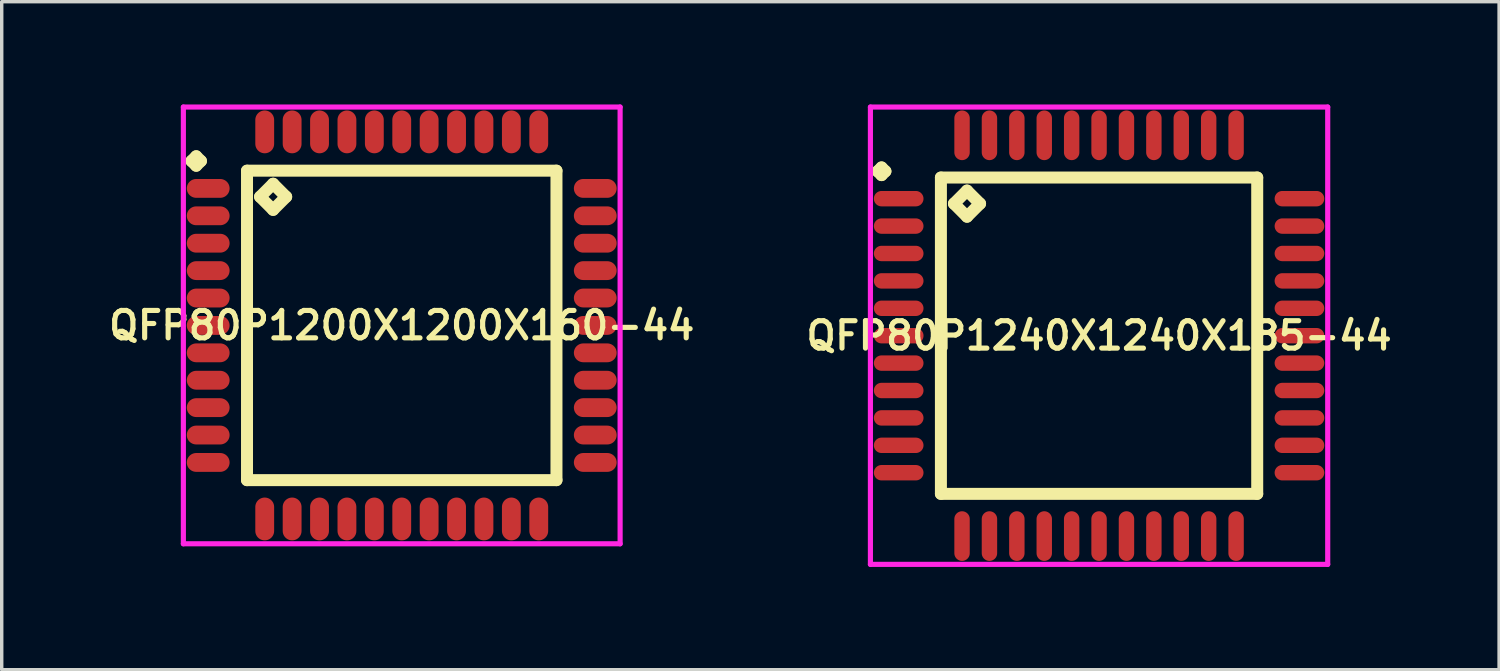
<source format=kicad_pcb>
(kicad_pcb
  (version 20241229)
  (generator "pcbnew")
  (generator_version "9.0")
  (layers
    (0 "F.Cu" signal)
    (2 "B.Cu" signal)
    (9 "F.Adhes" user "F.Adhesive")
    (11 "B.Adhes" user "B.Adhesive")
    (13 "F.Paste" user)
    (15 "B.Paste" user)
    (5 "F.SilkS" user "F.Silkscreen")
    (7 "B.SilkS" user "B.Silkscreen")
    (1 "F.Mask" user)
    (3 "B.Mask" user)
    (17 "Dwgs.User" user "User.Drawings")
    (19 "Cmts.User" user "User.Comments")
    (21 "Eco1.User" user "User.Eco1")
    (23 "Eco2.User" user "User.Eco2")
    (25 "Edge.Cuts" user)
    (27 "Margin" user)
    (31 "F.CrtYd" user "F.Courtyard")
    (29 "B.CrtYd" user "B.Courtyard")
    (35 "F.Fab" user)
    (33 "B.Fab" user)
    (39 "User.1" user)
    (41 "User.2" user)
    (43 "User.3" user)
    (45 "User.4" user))
  (footprint "QFP80P1240X1240X185-44"
    (layer "F.Cu")
    (at 29.035 6.75)
    (property "Reference" "QFP80P1240X1240X185-44" (at 0 0 0) (layer "F.SilkS") (effects (font (size 0.8 0.8) (thickness 0.15))))
    (attr smd)
    (fp_line (start -6.463 -4.8) (end -6.35 -4.912) (stroke (width 0.35) (type solid)) (layer "F.SilkS"))
    (fp_line (start -6.35 -4.912) (end -6.237 -4.8) (stroke (width 0.35) (type solid)) (layer "F.SilkS"))
    (fp_line (start -6.35 -4.688) (end -6.463 -4.8) (stroke (width 0.35) (type solid)) (layer "F.SilkS"))
    (fp_line (start -6.237 -4.8) (end -6.35 -4.688) (stroke (width 0.35) (type solid)) (layer "F.SilkS"))
    (fp_line (start -4.617 -4.617) (end -4.617 4.617) (stroke (width 0.35) (type solid)) (layer "F.SilkS"))
    (fp_line (start -4.617 4.617) (end 4.617 4.617) (stroke (width 0.35) (type solid)) (layer "F.SilkS"))
    (fp_line (start -4.236 -3.855) (end -3.855 -4.236) (stroke (width 0.35) (type solid)) (layer "F.SilkS"))
    (fp_line (start -3.855 -4.236) (end -3.474 -3.855) (stroke (width 0.35) (type solid)) (layer "F.SilkS"))
    (fp_line (start -3.855 -3.474) (end -4.236 -3.855) (stroke (width 0.35) (type solid)) (layer "F.SilkS"))
    (fp_line (start -3.474 -3.855) (end -3.855 -3.474) (stroke (width 0.35) (type solid)) (layer "F.SilkS"))
    (fp_line (start 4.617 -4.617) (end -4.617 -4.617) (stroke (width 0.35) (type solid)) (layer "F.SilkS"))
    (fp_line (start 4.617 4.617) (end 4.617 -4.617) (stroke (width 0.35) (type solid)) (layer "F.SilkS"))
    (fp_line (start -6.675 -6.675) (end 6.675 -6.675) (stroke (width 0.15) (type solid)) (layer "F.CrtYd"))
    (fp_line (start -6.675 6.675) (end -6.675 -6.675) (stroke (width 0.15) (type solid)) (layer "F.CrtYd"))
    (fp_line (start 6.675 -6.675) (end 6.675 6.675) (stroke (width 0.15) (type solid)) (layer "F.CrtYd"))
    (fp_line (start 6.675 6.675) (end -6.675 6.675) (stroke (width 0.15) (type solid)) (layer "F.CrtYd"))
    (pad "1" smd oval (at -5.85 -4) (size 1.45 0.45) (layers "F.Cu" "F.Mask" "F.Paste"))
    (pad "2" smd oval (at -5.85 -3.2) (size 1.45 0.45) (layers "F.Cu" "F.Mask" "F.Paste"))
    (pad "3" smd oval (at -5.85 -2.4) (size 1.45 0.45) (layers "F.Cu" "F.Mask" "F.Paste"))
    (pad "4" smd oval (at -5.85 -1.6) (size 1.45 0.45) (layers "F.Cu" "F.Mask" "F.Paste"))
    (pad "5" smd oval (at -5.85 -0.8) (size 1.45 0.45) (layers "F.Cu" "F.Mask" "F.Paste"))
    (pad "6" smd oval (at -5.85 0) (size 1.45 0.45) (layers "F.Cu" "F.Mask" "F.Paste"))
    (pad "7" smd oval (at -5.85 0.8) (size 1.45 0.45) (layers "F.Cu" "F.Mask" "F.Paste"))
    (pad "8" smd oval (at -5.85 1.6) (size 1.45 0.45) (layers "F.Cu" "F.Mask" "F.Paste"))
    (pad "9" smd oval (at -5.85 2.4) (size 1.45 0.45) (layers "F.Cu" "F.Mask" "F.Paste"))
    (pad "10" smd oval (at -5.85 3.2) (size 1.45 0.45) (layers "F.Cu" "F.Mask" "F.Paste"))
    (pad "11" smd oval (at -5.85 4) (size 1.45 0.45) (layers "F.Cu" "F.Mask" "F.Paste"))
    (pad "12" smd oval (at -4 5.85) (size 0.45 1.45) (layers "F.Cu" "F.Mask" "F.Paste"))
    (pad "13" smd oval (at -3.2 5.85) (size 0.45 1.45) (layers "F.Cu" "F.Mask" "F.Paste"))
    (pad "14" smd oval (at -2.4 5.85) (size 0.45 1.45) (layers "F.Cu" "F.Mask" "F.Paste"))
    (pad "15" smd oval (at -1.6 5.85) (size 0.45 1.45) (layers "F.Cu" "F.Mask" "F.Paste"))
    (pad "16" smd oval (at -0.8 5.85) (size 0.45 1.45) (layers "F.Cu" "F.Mask" "F.Paste"))
    (pad "17" smd oval (at 0 5.85) (size 0.45 1.45) (layers "F.Cu" "F.Mask" "F.Paste"))
    (pad "18" smd oval (at 0.8 5.85) (size 0.45 1.45) (layers "F.Cu" "F.Mask" "F.Paste"))
    (pad "19" smd oval (at 1.6 5.85) (size 0.45 1.45) (layers "F.Cu" "F.Mask" "F.Paste"))
    (pad "20" smd oval (at 2.4 5.85) (size 0.45 1.45) (layers "F.Cu" "F.Mask" "F.Paste"))
    (pad "21" smd oval (at 3.2 5.85) (size 0.45 1.45) (layers "F.Cu" "F.Mask" "F.Paste"))
    (pad "22" smd oval (at 4 5.85) (size 0.45 1.45) (layers "F.Cu" "F.Mask" "F.Paste"))
    (pad "23" smd oval (at 5.85 4) (size 1.45 0.45) (layers "F.Cu" "F.Mask" "F.Paste"))
    (pad "24" smd oval (at 5.85 3.2) (size 1.45 0.45) (layers "F.Cu" "F.Mask" "F.Paste"))
    (pad "25" smd oval (at 5.85 2.4) (size 1.45 0.45) (layers "F.Cu" "F.Mask" "F.Paste"))
    (pad "26" smd oval (at 5.85 1.6) (size 1.45 0.45) (layers "F.Cu" "F.Mask" "F.Paste"))
    (pad "27" smd oval (at 5.85 0.8) (size 1.45 0.45) (layers "F.Cu" "F.Mask" "F.Paste"))
    (pad "28" smd oval (at 5.85 0) (size 1.45 0.45) (layers "F.Cu" "F.Mask" "F.Paste"))
    (pad "29" smd oval (at 5.85 -0.8) (size 1.45 0.45) (layers "F.Cu" "F.Mask" "F.Paste"))
    (pad "30" smd oval (at 5.85 -1.6) (size 1.45 0.45) (layers "F.Cu" "F.Mask" "F.Paste"))
    (pad "31" smd oval (at 5.85 -2.4) (size 1.45 0.45) (layers "F.Cu" "F.Mask" "F.Paste"))
    (pad "32" smd oval (at 5.85 -3.2) (size 1.45 0.45) (layers "F.Cu" "F.Mask" "F.Paste"))
    (pad "33" smd oval (at 5.85 -4) (size 1.45 0.45) (layers "F.Cu" "F.Mask" "F.Paste"))
    (pad "34" smd oval (at 4 -5.85) (size 0.45 1.45) (layers "F.Cu" "F.Mask" "F.Paste"))
    (pad "35" smd oval (at 3.2 -5.85) (size 0.45 1.45) (layers "F.Cu" "F.Mask" "F.Paste"))
    (pad "36" smd oval (at 2.4 -5.85) (size 0.45 1.45) (layers "F.Cu" "F.Mask" "F.Paste"))
    (pad "37" smd oval (at 1.6 -5.85) (size 0.45 1.45) (layers "F.Cu" "F.Mask" "F.Paste"))
    (pad "38" smd oval (at 0.8 -5.85) (size 0.45 1.45) (layers "F.Cu" "F.Mask" "F.Paste"))
    (pad "39" smd oval (at 0 -5.85) (size 0.45 1.45) (layers "F.Cu" "F.Mask" "F.Paste"))
    (pad "40" smd oval (at -0.8 -5.85) (size 0.45 1.45) (layers "F.Cu" "F.Mask" "F.Paste"))
    (pad "41" smd oval (at -1.6 -5.85) (size 0.45 1.45) (layers "F.Cu" "F.Mask" "F.Paste"))
    (pad "42" smd oval (at -2.4 -5.85) (size 0.45 1.45) (layers "F.Cu" "F.Mask" "F.Paste"))
    (pad "43" smd oval (at -3.2 -5.85) (size 0.45 1.45) (layers "F.Cu" "F.Mask" "F.Paste"))
    (pad "44" smd oval (at -4 -5.85) (size 0.45 1.45) (layers "F.Cu" "F.Mask" "F.Paste")))
  (footprint "QFP80P1200X1200X160-44"
    (layer "F.Cu")
    (at 8.678 6.45)
    (property "Reference" "QFP80P1200X1200X160-44" (at 0 0 0) (layer "F.SilkS") (effects (font (size 0.8 0.8) (thickness 0.15))))
    (attr through_hole)
    (fp_line (start -6.138 -4.8) (end -6 -4.938) (stroke (width 0.35) (type solid)) (layer "F.SilkS"))
    (fp_line (start -6 -4.938) (end -5.862 -4.8) (stroke (width 0.35) (type solid)) (layer "F.SilkS"))
    (fp_line (start -6 -4.662) (end -6.138 -4.8) (stroke (width 0.35) (type solid)) (layer "F.SilkS"))
    (fp_line (start -5.862 -4.8) (end -6 -4.662) (stroke (width 0.35) (type solid)) (layer "F.SilkS"))
    (fp_line (start -4.517 -4.517) (end -4.517 4.517) (stroke (width 0.35) (type solid)) (layer "F.SilkS"))
    (fp_line (start -4.517 4.517) (end 4.517 4.517) (stroke (width 0.35) (type solid)) (layer "F.SilkS"))
    (fp_line (start -4.136 -3.755) (end -3.755 -4.136) (stroke (width 0.35) (type solid)) (layer "F.SilkS"))
    (fp_line (start -3.755 -4.136) (end -3.374 -3.755) (stroke (width 0.35) (type solid)) (layer "F.SilkS"))
    (fp_line (start -3.755 -3.374) (end -4.136 -3.755) (stroke (width 0.35) (type solid)) (layer "F.SilkS"))
    (fp_line (start -3.374 -3.755) (end -3.755 -3.374) (stroke (width 0.35) (type solid)) (layer "F.SilkS"))
    (fp_line (start 4.517 -4.517) (end -4.517 -4.517) (stroke (width 0.35) (type solid)) (layer "F.SilkS"))
    (fp_line (start 4.517 4.517) (end 4.517 -4.517) (stroke (width 0.35) (type solid)) (layer "F.SilkS"))
    (fp_line (start -6.375 -6.375) (end 6.375 -6.375) (stroke (width 0.15) (type solid)) (layer "F.CrtYd"))
    (fp_line (start -6.375 6.375) (end -6.375 -6.375) (stroke (width 0.15) (type solid)) (layer "F.CrtYd"))
    (fp_line (start 6.375 -6.375) (end 6.375 6.375) (stroke (width 0.15) (type solid)) (layer "F.CrtYd"))
    (fp_line (start 6.375 6.375) (end -6.375 6.375) (stroke (width 0.15) (type solid)) (layer "F.CrtYd"))
    (pad "1" smd oval (at -5.65 -4) (size 1.25 0.55) (layers "F.Cu" "F.Mask" "F.Paste"))
    (pad "2" smd oval (at -5.65 -3.2) (size 1.25 0.55) (layers "F.Cu" "F.Mask" "F.Paste"))
    (pad "3" smd oval (at -5.65 -2.4) (size 1.25 0.55) (layers "F.Cu" "F.Mask" "F.Paste"))
    (pad "4" smd oval (at -5.65 -1.6) (size 1.25 0.55) (layers "F.Cu" "F.Mask" "F.Paste"))
    (pad "5" smd oval (at -5.65 -0.8) (size 1.25 0.55) (layers "F.Cu" "F.Mask" "F.Paste"))
    (pad "6" smd oval (at -5.65 0) (size 1.25 0.55) (layers "F.Cu" "F.Mask" "F.Paste"))
    (pad "7" smd oval (at -5.65 0.8) (size 1.25 0.55) (layers "F.Cu" "F.Mask" "F.Paste"))
    (pad "8" smd oval (at -5.65 1.6) (size 1.25 0.55) (layers "F.Cu" "F.Mask" "F.Paste"))
    (pad "9" smd oval (at -5.65 2.4) (size 1.25 0.55) (layers "F.Cu" "F.Mask" "F.Paste"))
    (pad "10" smd oval (at -5.65 3.2) (size 1.25 0.55) (layers "F.Cu" "F.Mask" "F.Paste"))
    (pad "11" smd oval (at -5.65 4) (size 1.25 0.55) (layers "F.Cu" "F.Mask" "F.Paste"))
    (pad "12" smd oval (at -4 5.65) (size 0.55 1.25) (layers "F.Cu" "F.Mask" "F.Paste"))
    (pad "13" smd oval (at -3.2 5.65) (size 0.55 1.25) (layers "F.Cu" "F.Mask" "F.Paste"))
    (pad "14" smd oval (at -2.4 5.65) (size 0.55 1.25) (layers "F.Cu" "F.Mask" "F.Paste"))
    (pad "15" smd oval (at -1.6 5.65) (size 0.55 1.25) (layers "F.Cu" "F.Mask" "F.Paste"))
    (pad "16" smd oval (at -0.8 5.65) (size 0.55 1.25) (layers "F.Cu" "F.Mask" "F.Paste"))
    (pad "17" smd oval (at 0 5.65) (size 0.55 1.25) (layers "F.Cu" "F.Mask" "F.Paste"))
    (pad "18" smd oval (at 0.8 5.65) (size 0.55 1.25) (layers "F.Cu" "F.Mask" "F.Paste"))
    (pad "19" smd oval (at 1.6 5.65) (size 0.55 1.25) (layers "F.Cu" "F.Mask" "F.Paste"))
    (pad "20" smd oval (at 2.4 5.65) (size 0.55 1.25) (layers "F.Cu" "F.Mask" "F.Paste"))
    (pad "21" smd oval (at 3.2 5.65) (size 0.55 1.25) (layers "F.Cu" "F.Mask" "F.Paste"))
    (pad "22" smd oval (at 4 5.65) (size 0.55 1.25) (layers "F.Cu" "F.Mask" "F.Paste"))
    (pad "23" smd oval (at 5.65 4) (size 1.25 0.55) (layers "F.Cu" "F.Mask" "F.Paste"))
    (pad "24" smd oval (at 5.65 3.2) (size 1.25 0.55) (layers "F.Cu" "F.Mask" "F.Paste"))
    (pad "25" smd oval (at 5.65 2.4) (size 1.25 0.55) (layers "F.Cu" "F.Mask" "F.Paste"))
    (pad "26" smd oval (at 5.65 1.6) (size 1.25 0.55) (layers "F.Cu" "F.Mask" "F.Paste"))
    (pad "27" smd oval (at 5.65 0.8) (size 1.25 0.55) (layers "F.Cu" "F.Mask" "F.Paste"))
    (pad "28" smd oval (at 5.65 0) (size 1.25 0.55) (layers "F.Cu" "F.Mask" "F.Paste"))
    (pad "29" smd oval (at 5.65 -0.8) (size 1.25 0.55) (layers "F.Cu" "F.Mask" "F.Paste"))
    (pad "30" smd oval (at 5.65 -1.6) (size 1.25 0.55) (layers "F.Cu" "F.Mask" "F.Paste"))
    (pad "31" smd oval (at 5.65 -2.4) (size 1.25 0.55) (layers "F.Cu" "F.Mask" "F.Paste"))
    (pad "32" smd oval (at 5.65 -3.2) (size 1.25 0.55) (layers "F.Cu" "F.Mask" "F.Paste"))
    (pad "33" smd oval (at 5.65 -4) (size 1.25 0.55) (layers "F.Cu" "F.Mask" "F.Paste"))
    (pad "34" smd oval (at 4 -5.65) (size 0.55 1.25) (layers "F.Cu" "F.Mask" "F.Paste"))
    (pad "35" smd oval (at 3.2 -5.65) (size 0.55 1.25) (layers "F.Cu" "F.Mask" "F.Paste"))
    (pad "36" smd oval (at 2.4 -5.65) (size 0.55 1.25) (layers "F.Cu" "F.Mask" "F.Paste"))
    (pad "37" smd oval (at 1.6 -5.65) (size 0.55 1.25) (layers "F.Cu" "F.Mask" "F.Paste"))
    (pad "38" smd oval (at 0.8 -5.65) (size 0.55 1.25) (layers "F.Cu" "F.Mask" "F.Paste"))
    (pad "39" smd oval (at 0 -5.65) (size 0.55 1.25) (layers "F.Cu" "F.Mask" "F.Paste"))
    (pad "40" smd oval (at -0.8 -5.65) (size 0.55 1.25) (layers "F.Cu" "F.Mask" "F.Paste"))
    (pad "41" smd oval (at -1.6 -5.65) (size 0.55 1.25) (layers "F.Cu" "F.Mask" "F.Paste"))
    (pad "42" smd oval (at -2.4 -5.65) (size 0.55 1.25) (layers "F.Cu" "F.Mask" "F.Paste"))
    (pad "43" smd oval (at -3.2 -5.65) (size 0.55 1.25) (layers "F.Cu" "F.Mask" "F.Paste"))
    (pad "44" smd oval (at -4 -5.65) (size 0.55 1.25) (layers "F.Cu" "F.Mask" "F.Paste")))
  (gr_rect
    (start -3 -3)
    (end 40.713 16.5)
    (stroke (width 0.1) (type default))
    (fill no)
    (layer "Edge.Cuts")))
</source>
